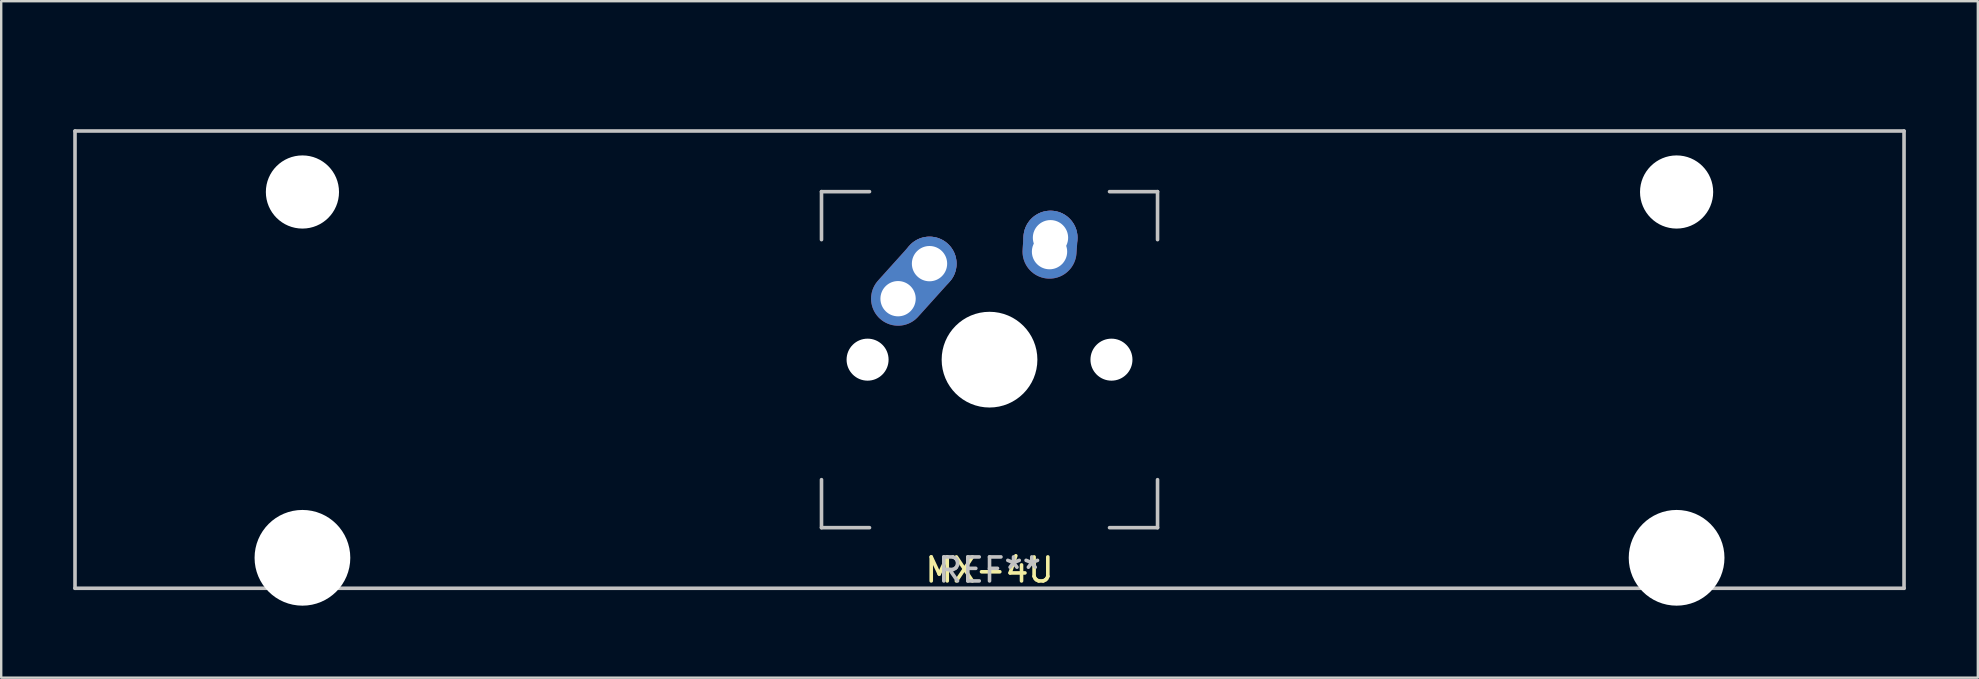
<source format=kicad_pcb>
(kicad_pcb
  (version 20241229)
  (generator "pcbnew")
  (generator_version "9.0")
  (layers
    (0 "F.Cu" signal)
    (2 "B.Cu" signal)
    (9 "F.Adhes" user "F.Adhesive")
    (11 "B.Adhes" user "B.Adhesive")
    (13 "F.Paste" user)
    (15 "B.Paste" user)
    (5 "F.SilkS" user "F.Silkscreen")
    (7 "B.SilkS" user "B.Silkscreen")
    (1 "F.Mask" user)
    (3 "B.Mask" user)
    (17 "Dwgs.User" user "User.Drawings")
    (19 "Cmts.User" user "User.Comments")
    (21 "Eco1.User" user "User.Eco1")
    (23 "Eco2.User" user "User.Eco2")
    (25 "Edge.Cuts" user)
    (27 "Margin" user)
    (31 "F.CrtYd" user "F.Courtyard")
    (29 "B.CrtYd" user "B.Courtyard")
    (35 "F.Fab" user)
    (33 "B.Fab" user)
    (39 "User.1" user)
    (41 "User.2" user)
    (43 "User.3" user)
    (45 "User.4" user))
  (footprint "MX-4U"
    (layer "F.Cu")
    (at 38.175 0.25)
    (property "Reference" "MX-4U" (at 0 20.447 0) (layer "F.SilkS") (effects (font (size 1 1) (thickness 0.15))))
    (attr through_hole)
    (fp_line (start -38.1 2.159) (end 38.1 2.159) (stroke (width 0.15) (type solid)) (layer "Dwgs.User"))
    (fp_line (start -38.1 21.209) (end -38.1 2.159) (stroke (width 0.15) (type solid)) (layer "Dwgs.User"))
    (fp_line (start -38.1 21.209) (end 38.1 21.209) (stroke (width 0.15) (type solid)) (layer "Dwgs.User"))
    (fp_line (start -7 4.684) (end -7 6.684) (stroke (width 0.15) (type solid)) (layer "Dwgs.User"))
    (fp_line (start -7 16.684) (end -7 18.684) (stroke (width 0.15) (type solid)) (layer "Dwgs.User"))
    (fp_line (start -7 18.684) (end -5 18.684) (stroke (width 0.15) (type solid)) (layer "Dwgs.User"))
    (fp_line (start -5 4.684) (end -7 4.684) (stroke (width 0.15) (type solid)) (layer "Dwgs.User"))
    (fp_line (start 5 4.684) (end 7 4.684) (stroke (width 0.15) (type solid)) (layer "Dwgs.User"))
    (fp_line (start 5 18.684) (end 7 18.684) (stroke (width 0.15) (type solid)) (layer "Dwgs.User"))
    (fp_line (start 7 4.684) (end 7 6.684) (stroke (width 0.15) (type solid)) (layer "Dwgs.User"))
    (fp_line (start 7 18.684) (end 7 16.684) (stroke (width 0.15) (type solid)) (layer "Dwgs.User"))
    (fp_line (start 38.1 2.159) (end 38.1 21.209) (stroke (width 0.15) (type solid)) (layer "Dwgs.User"))
    (fp_text user "REF**" (at 0 20.447 0) (layer "Dwgs.User") (effects (font (size 1 1) (thickness 0.15))))
    (pad "" np_thru_hole circle (at -28.625 4.699) (size 3.048 3.048) (drill 3.048) (layers "*.Cu" "*.Mask"))
    (pad "" np_thru_hole circle (at -28.625 19.939) (size 3.988 3.988) (drill 3.988) (layers "*.Cu" "*.Mask"))
    (pad "" np_thru_hole circle (at -5.08 11.684 48.1) (size 1.75 1.75) (drill 1.75) (layers "*.Cu" "*.Mask"))
    (pad "" np_thru_hole circle (at 0 11.684) (size 3.988 3.988) (drill 3.988) (layers "*.Cu" "*.Mask"))
    (pad "" np_thru_hole circle (at 5.08 11.684 48.1) (size 1.75 1.75) (drill 1.75) (layers "*.Cu" "*.Mask"))
    (pad "" np_thru_hole circle (at 28.625 4.699) (size 3.048 3.048) (drill 3.048) (layers "*.Cu" "*.Mask"))
    (pad "" np_thru_hole circle (at 28.625 19.939) (size 3.988 3.988) (drill 3.988) (layers "*.Cu" "*.Mask"))
    (pad "1" thru_hole oval (at -3.81 9.144 48) (size 4.212 2.25) (drill 1.47 (offset 0.981 0)) (layers "*.Cu" "*.Mask"))
    (pad "1" thru_hole circle (at -2.5 7.684) (size 2.25 2.25) (drill 1.47) (layers "*.Cu" "*.Mask"))
    (pad "2" thru_hole oval (at 2.5 7.184 86) (size 2.831 2.25) (drill 1.47 (offset 0.291 0)) (layers "*.Cu" "*.Mask"))
    (pad "2" thru_hole circle (at 2.54 6.604) (size 2.25 2.25) (drill 1.47) (layers "*.Cu" "*.Mask")))
  (gr_rect
    (start -3 -3)
    (end 79.35 25.183)
    (stroke (width 0.1) (type default))
    (fill no)
    (layer "Edge.Cuts")))
</source>
